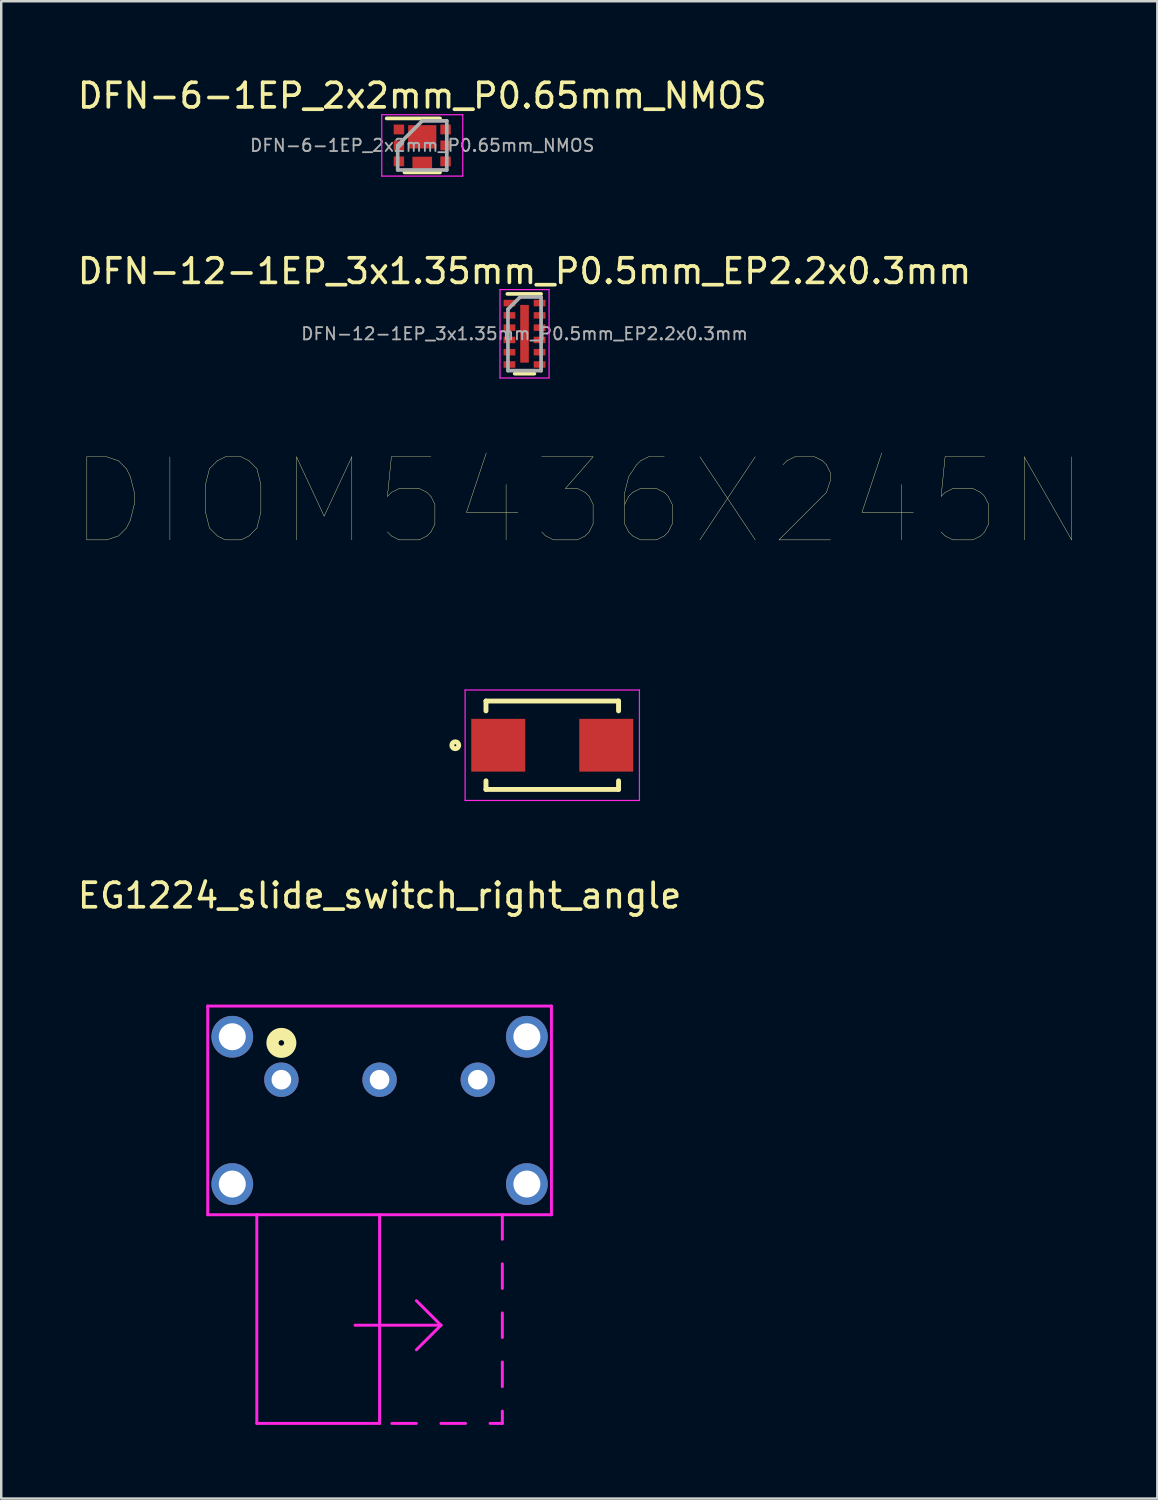
<source format=kicad_pcb>
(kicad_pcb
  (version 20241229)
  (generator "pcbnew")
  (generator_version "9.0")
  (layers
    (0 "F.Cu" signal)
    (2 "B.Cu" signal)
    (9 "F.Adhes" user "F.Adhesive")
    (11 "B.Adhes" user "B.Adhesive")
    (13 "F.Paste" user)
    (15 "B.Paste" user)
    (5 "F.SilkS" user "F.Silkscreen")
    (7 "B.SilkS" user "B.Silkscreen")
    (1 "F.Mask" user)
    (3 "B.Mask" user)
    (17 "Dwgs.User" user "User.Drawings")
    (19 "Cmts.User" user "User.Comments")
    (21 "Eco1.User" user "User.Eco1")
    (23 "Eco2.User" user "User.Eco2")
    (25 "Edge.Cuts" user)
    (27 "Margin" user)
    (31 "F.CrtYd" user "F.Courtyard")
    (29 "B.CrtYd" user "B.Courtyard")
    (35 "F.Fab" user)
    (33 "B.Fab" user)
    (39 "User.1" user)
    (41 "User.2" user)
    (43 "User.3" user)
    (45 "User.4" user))
  (footprint "DIOM5436X245N"
    (layer "F.Cu")
    (at 19.445 27.305)
    (property "Reference" "DIOM5436X245N" (at 1.099 -9.929 0) (layer "F.SilkS") (effects (font (size 3.383 3.383) (thickness 0.015))))
    (attr through_hole)
    (fp_line (start -2.7 -1.8) (end -2.7 -1.4) (stroke (width 0.2) (type solid)) (layer "F.SilkS"))
    (fp_line (start -2.7 -1.8) (end 2.7 -1.8) (stroke (width 0.2) (type solid)) (layer "F.SilkS"))
    (fp_line (start -2.7 1.8) (end -2.7 1.45) (stroke (width 0.2) (type solid)) (layer "F.SilkS"))
    (fp_line (start -2.7 1.8) (end 2.7 1.8) (stroke (width 0.2) (type solid)) (layer "F.SilkS"))
    (fp_line (start 2.7 -1.8) (end 2.7 -1.4) (stroke (width 0.2) (type solid)) (layer "F.SilkS"))
    (fp_line (start 2.7 1.8) (end 2.7 1.45) (stroke (width 0.2) (type solid)) (layer "F.SilkS"))
    (fp_circle (center -3.95 0) (end -3.809 0) (stroke (width 0.2) (type solid)) (fill no) (layer "F.SilkS"))
    (fp_line (start -3.55 -2.25) (end 3.55 -2.25) (stroke (width 0.05) (type solid)) (layer "F.CrtYd"))
    (fp_line (start -3.55 2.25) (end -3.55 -2.25) (stroke (width 0.05) (type solid)) (layer "F.CrtYd"))
    (fp_line (start 3.55 -2.25) (end 3.55 2.25) (stroke (width 0.05) (type solid)) (layer "F.CrtYd"))
    (fp_line (start 3.55 2.25) (end -3.55 2.25) (stroke (width 0.05) (type solid)) (layer "F.CrtYd"))
    (pad "1" smd rect (at -2.2 0) (size 2.2 2.15) (layers "F.Cu" "F.Mask" "F.Paste"))
    (pad "2" smd rect (at 2.2 0) (size 2.2 2.15) (layers "F.Cu" "F.Mask" "F.Paste")))
  (footprint "DFN-6-1EP_2x2mm_P0.65mm_NMOS"
    (layer "F.Cu")
    (at 14.149 2.873)
    (property "Reference" "DFN-6-1EP_2x2mm_P0.65mm_NMOS" (at 0 -2.025 0) (layer "F.SilkS") (effects (font (size 1 1) (thickness 0.15))))
    (attr smd)
    (fp_line (start -1.45 -1.1) (end 0.725 -1.1) (stroke (width 0.15) (type solid)) (layer "F.SilkS"))
    (fp_line (start -0.725 1.1) (end 0.725 1.1) (stroke (width 0.15) (type solid)) (layer "F.SilkS"))
    (fp_line (start -1.65 -1.25) (end -1.65 1.25) (stroke (width 0.05) (type solid)) (layer "F.CrtYd"))
    (fp_line (start -1.65 -1.25) (end 1.65 -1.25) (stroke (width 0.05) (type solid)) (layer "F.CrtYd"))
    (fp_line (start -1.65 1.25) (end 1.65 1.25) (stroke (width 0.05) (type solid)) (layer "F.CrtYd"))
    (fp_line (start 1.65 -1.25) (end 1.65 1.25) (stroke (width 0.05) (type solid)) (layer "F.CrtYd"))
    (fp_line (start -1 0) (end 0 -1) (stroke (width 0.15) (type solid)) (layer "F.Fab"))
    (fp_line (start -1 1) (end -1 0) (stroke (width 0.15) (type solid)) (layer "F.Fab"))
    (fp_line (start 0 -1) (end 1 -1) (stroke (width 0.15) (type solid)) (layer "F.Fab"))
    (fp_line (start 1 -1) (end 1 1) (stroke (width 0.15) (type solid)) (layer "F.Fab"))
    (fp_line (start 1 1) (end -1 1) (stroke (width 0.15) (type solid)) (layer "F.Fab"))
    (fp_text user "${REFERENCE}" (at 0 0 0) (layer "F.Fab") (effects (font (size 0.5 0.5) (thickness 0.075))))
    (pad "1" smd rect (at -0.95 -0.65) (size 0.425 0.4) (layers "F.Cu" "F.Mask" "F.Paste"))
    (pad "2" smd rect (at -0.95 0) (size 0.425 0.4) (layers "F.Cu" "F.Mask" "F.Paste"))
    (pad "3" smd rect (at -0.95 0.65) (size 0.425 0.4) (layers "F.Cu" "F.Mask" "F.Paste"))
    (pad "4" smd rect (at 0.95 0.65) (size 0.425 0.4) (layers "F.Cu" "F.Mask" "F.Paste"))
    (pad "5" smd rect (at 0.95 0) (size 0.425 0.4) (layers "F.Cu" "F.Mask" "F.Paste"))
    (pad "6" smd rect (at 0.95 -0.65) (size 0.425 0.4) (layers "F.Cu" "F.Mask" "F.Paste"))
    (pad "7" smd rect (at 0 0.7) (size 0.8 0.48) (layers "F.Cu" "F.Mask"))
    (pad "8" smd rect (at 0 -0.35) (size 1.15 0.95) (layers "F.Cu" "F.Mask")))
  (footprint "EG1224_slide_switch_right_angle"
    (layer "F.Cu")
    (at 12.411 40.929)
    (property "Reference" "EG1224_slide_switch_right_angle" (at 0 -7.5 0) (layer "F.SilkS") (effects (font (size 1 1) (thickness 0.15))))
    (attr through_hole)
    (fp_line (start -7 -3) (end -7 5.5) (stroke (width 0.05) (type solid)) (layer "F.SilkS"))
    (fp_line (start -7 -3) (end 7 -3) (stroke (width 0.05) (type solid)) (layer "F.SilkS"))
    (fp_line (start 7 -3) (end 7 5.5) (stroke (width 0.05) (type solid)) (layer "F.SilkS"))
    (fp_circle (center -4 -1.5) (end -3.888 -1.5) (stroke (width 0.5) (type solid)) (fill no) (layer "F.SilkS"))
    (fp_line (start -7 -3) (end -7 5.5) (stroke (width 0.12) (type solid)) (layer "F.CrtYd"))
    (fp_line (start -7 5.5) (end 7 5.5) (stroke (width 0.12) (type solid)) (layer "F.CrtYd"))
    (fp_line (start -5 5.5) (end -5 14) (stroke (width 0.12) (type solid)) (layer "F.CrtYd"))
    (fp_line (start -5 14) (end 0 14) (stroke (width 0.12) (type solid)) (layer "F.CrtYd"))
    (fp_line (start -1 10) (end 2.5 10) (stroke (width 0.12) (type solid)) (layer "F.CrtYd"))
    (fp_line (start 0 14) (end 0 5.5) (stroke (width 0.12) (type solid)) (layer "F.CrtYd"))
    (fp_line (start 1.5 9) (end 2.5 10) (stroke (width 0.12) (type solid)) (layer "F.CrtYd"))
    (fp_line (start 1.5 14) (end 0.5 14) (stroke (width 0.12) (type solid)) (layer "F.CrtYd"))
    (fp_line (start 2.5 10) (end 1.5 11) (stroke (width 0.12) (type solid)) (layer "F.CrtYd"))
    (fp_line (start 3.5 14) (end 2.5 14) (stroke (width 0.12) (type solid)) (layer "F.CrtYd"))
    (fp_line (start 5 5.5) (end 5 6.5) (stroke (width 0.12) (type solid)) (layer "F.CrtYd"))
    (fp_line (start 5 7.5) (end 5 8.5) (stroke (width 0.12) (type solid)) (layer "F.CrtYd"))
    (fp_line (start 5 9.5) (end 5 10.5) (stroke (width 0.12) (type solid)) (layer "F.CrtYd"))
    (fp_line (start 5 11.5) (end 5 12.5) (stroke (width 0.12) (type solid)) (layer "F.CrtYd"))
    (fp_line (start 5 13.5) (end 5 14) (stroke (width 0.12) (type solid)) (layer "F.CrtYd"))
    (fp_line (start 5 14) (end 4.5 14) (stroke (width 0.12) (type solid)) (layer "F.CrtYd"))
    (fp_line (start 7 -3) (end -7 -3) (stroke (width 0.12) (type solid)) (layer "F.CrtYd"))
    (fp_line (start 7 5.5) (end 7 -3) (stroke (width 0.12) (type solid)) (layer "F.CrtYd"))
    (pad "1" thru_hole circle (at -4 0) (size 1.4 1.4) (drill 0.8) (layers "*.Cu" "*.Mask"))
    (pad "2" thru_hole circle (at 0 0) (size 1.4 1.4) (drill 0.8) (layers "*.Cu" "*.Mask"))
    (pad "3" thru_hole circle (at 4 0) (size 1.4 1.4) (drill 0.8) (layers "*.Cu" "*.Mask"))
    (pad "MP" thru_hole circle (at -6 -1.75) (size 1.7 1.7) (drill 1.1) (layers "*.Cu" "*.Mask"))
    (pad "MP" thru_hole circle (at -6 4.25) (size 1.7 1.7) (drill 1.1) (layers "*.Cu" "*.Mask"))
    (pad "MP" thru_hole circle (at 6 -1.75) (size 1.7 1.7) (drill 1.1) (layers "*.Cu" "*.Mask"))
    (pad "MP" thru_hole circle (at 6 4.25) (size 1.7 1.7) (drill 1.1) (layers "*.Cu" "*.Mask")))
  (footprint "DFN-12-1EP_3x1.35mm_P0.5mm_EP2.2x0.3mm"
    (layer "F.Cu")
    (at 18.315 10.546)
    (property "Reference" "DFN-12-1EP_3x1.35mm_P0.5mm_EP2.2x0.3mm" (at 0 -2.55 0) (layer "F.SilkS") (effects (font (size 1 1) (thickness 0.15))))
    (attr smd)
    (fp_line (start -0.7 -1.625) (end 0.675 -1.625) (stroke (width 0.15) (type solid)) (layer "F.SilkS"))
    (fp_line (start -0.4 1.625) (end 0.4 1.625) (stroke (width 0.15) (type solid)) (layer "F.SilkS"))
    (fp_line (start -1 -1.8) (end -1 1.8) (stroke (width 0.05) (type solid)) (layer "F.CrtYd"))
    (fp_line (start -1 -1.8) (end 1 -1.8) (stroke (width 0.05) (type solid)) (layer "F.CrtYd"))
    (fp_line (start -1 1.8) (end 1 1.8) (stroke (width 0.05) (type solid)) (layer "F.CrtYd"))
    (fp_line (start 1 -1.8) (end 1 1.8) (stroke (width 0.05) (type solid)) (layer "F.CrtYd"))
    (fp_line (start -0.675 -1) (end -0.175 -1.5) (stroke (width 0.15) (type solid)) (layer "F.Fab"))
    (fp_line (start -0.675 1.5) (end -0.675 -1) (stroke (width 0.15) (type solid)) (layer "F.Fab"))
    (fp_line (start -0.175 -1.5) (end 0.675 -1.5) (stroke (width 0.15) (type solid)) (layer "F.Fab"))
    (fp_line (start 0.675 -1.5) (end 0.675 1.5) (stroke (width 0.15) (type solid)) (layer "F.Fab"))
    (fp_line (start 0.675 1.5) (end -0.675 1.5) (stroke (width 0.15) (type solid)) (layer "F.Fab"))
    (fp_text user "${REFERENCE}" (at 0 0 0) (layer "F.Fab") (effects (font (size 0.5 0.5) (thickness 0.075))))
    (pad "" smd roundrect (at 0 -0.706) (size 0.351 0.94) (layers "F.Paste") (roundrect_rratio 0.25))
    (pad "" smd roundrect (at 0 0.706) (size 0.351 0.94) (layers "F.Paste") (roundrect_rratio 0.25))
    (pad "1" smd rect (at -0.614 -1.25) (size 0.479 0.265) (layers "F.Cu" "F.Mask" "F.Paste"))
    (pad "2" smd rect (at -0.614 -0.75) (size 0.479 0.265) (layers "F.Cu" "F.Mask" "F.Paste"))
    (pad "3" smd rect (at -0.614 -0.25) (size 0.479 0.265) (layers "F.Cu" "F.Mask" "F.Paste"))
    (pad "4" smd rect (at -0.614 0.25) (size 0.479 0.265) (layers "F.Cu" "F.Mask" "F.Paste"))
    (pad "5" smd rect (at -0.614 0.75) (size 0.479 0.265) (layers "F.Cu" "F.Mask" "F.Paste"))
    (pad "6" smd rect (at -0.614 1.25) (size 0.479 0.265) (layers "F.Cu" "F.Mask" "F.Paste"))
    (pad "7" smd rect (at 0.614 1.25) (size 0.479 0.265) (layers "F.Cu" "F.Mask" "F.Paste"))
    (pad "8" smd rect (at 0.614 0.75) (size 0.479 0.265) (layers "F.Cu" "F.Mask" "F.Paste"))
    (pad "9" smd rect (at 0.614 0.25) (size 0.479 0.265) (layers "F.Cu" "F.Mask" "F.Paste"))
    (pad "10" smd rect (at 0.614 -0.25) (size 0.479 0.265) (layers "F.Cu" "F.Mask" "F.Paste"))
    (pad "11" smd rect (at 0.614 -0.75) (size 0.479 0.265) (layers "F.Cu" "F.Mask" "F.Paste"))
    (pad "12" smd rect (at 0.614 -1.25) (size 0.479 0.265) (layers "F.Cu" "F.Mask" "F.Paste"))
    (pad "13" smd rect (at 0 0) (size 0.351 2.352) (layers "F.Cu" "F.Mask")))
  (gr_rect
    (start -3 -3)
    (end 44.09 57.989)
    (stroke (width 0.1) (type default))
    (fill no)
    (layer "Edge.Cuts")))
</source>
